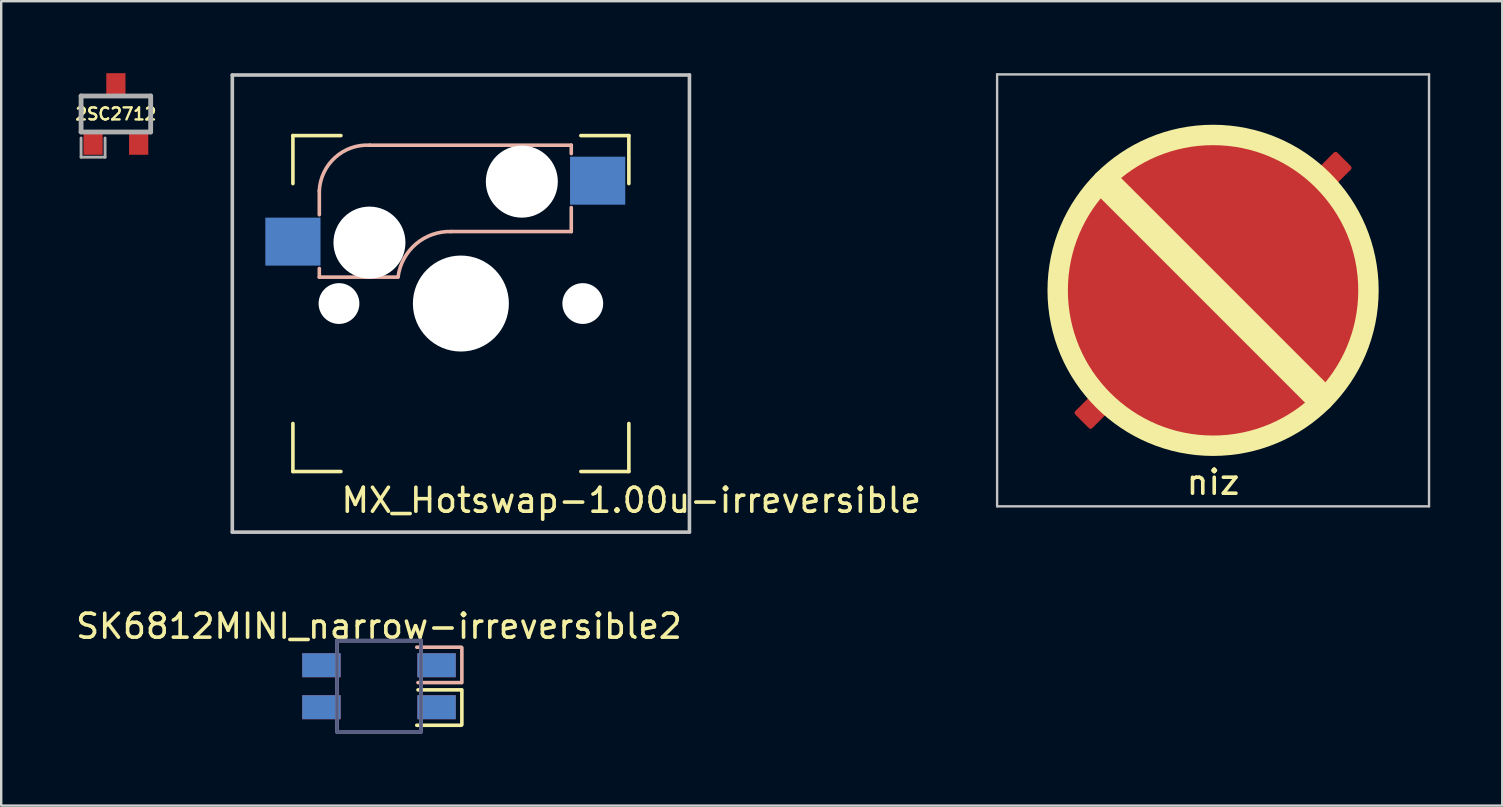
<source format=kicad_pcb>
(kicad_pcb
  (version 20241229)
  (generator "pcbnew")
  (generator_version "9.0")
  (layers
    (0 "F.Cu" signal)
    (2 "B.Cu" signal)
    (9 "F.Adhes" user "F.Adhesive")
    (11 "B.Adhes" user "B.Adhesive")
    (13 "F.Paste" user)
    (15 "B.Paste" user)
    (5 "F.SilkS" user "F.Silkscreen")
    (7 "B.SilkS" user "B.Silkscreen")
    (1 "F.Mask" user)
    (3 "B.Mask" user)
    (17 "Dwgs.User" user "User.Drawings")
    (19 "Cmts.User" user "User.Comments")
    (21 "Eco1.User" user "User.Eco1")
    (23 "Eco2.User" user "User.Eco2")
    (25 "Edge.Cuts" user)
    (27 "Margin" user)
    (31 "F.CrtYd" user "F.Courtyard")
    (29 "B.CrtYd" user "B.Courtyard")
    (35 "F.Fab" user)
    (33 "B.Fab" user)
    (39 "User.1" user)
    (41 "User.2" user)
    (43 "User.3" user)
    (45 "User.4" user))
  (footprint "2SC2712"
    (layer "F.Cu")
    (at 1.779 1.7)
    (property "Reference" "2SC2712" (at 0 0 0) (layer "F.SilkS") (effects (font (size 0.5 0.5) (thickness 0.1))))
    (attr smd)
    (fp_line (start -1.45 -0.75) (end 1.45 -0.75) (stroke (width 0.2) (type solid)) (layer "F.Fab"))
    (fp_line (start -1.45 0.75) (end -1.45 -0.75) (stroke (width 0.2) (type solid)) (layer "F.Fab"))
    (fp_line (start -1.45 1) (end -1.45 1.8) (stroke (width 0.12) (type solid)) (layer "F.Fab"))
    (fp_line (start -1.45 1.8) (end -0.45 1.8) (stroke (width 0.12) (type solid)) (layer "F.Fab"))
    (fp_line (start -0.45 1) (end -0.45 1.8) (stroke (width 0.12) (type solid)) (layer "F.Fab"))
    (fp_line (start 1.45 -0.75) (end 1.45 0.75) (stroke (width 0.2) (type solid)) (layer "F.Fab"))
    (fp_line (start 1.45 0.75) (end -1.45 0.75) (stroke (width 0.2) (type solid)) (layer "F.Fab"))
    (pad "1" smd rect (at -0.95 1.2) (size 0.8 1) (layers "F.Cu" "F.Mask" "F.Paste"))
    (pad "2" smd rect (at 0.95 1.2) (size 0.8 1) (layers "F.Cu" "F.Mask" "F.Paste"))
    (pad "3" smd rect (at 0 -1.2) (size 0.8 1) (layers "F.Cu" "F.Mask" "F.Paste")))
  (footprint "SK6812MINI_narrow-irreversible2"
    (layer "F.Cu")
    (at 12.744 25.548)
    (property "Reference" "SK6812MINI_narrow-irreversible2" (at 0 -2.5 180) (layer "F.SilkS") (effects (font (size 1 1) (thickness 0.15))))
    (attr through_hole)
    (fp_line (start 1.626 0.152) (end 3.43 0.152) (stroke (width 0.15) (type solid)) (layer "F.SilkS"))
    (fp_line (start 3.43 1.626) (end 1.575 1.626) (stroke (width 0.15) (type solid)) (layer "F.SilkS"))
    (fp_line (start 3.454 0.152) (end 3.454 1.602) (stroke (width 0.15) (type solid)) (layer "F.SilkS"))
    (fp_line (start 1.626 -0.152) (end 3.43 -0.152) (stroke (width 0.15) (type solid)) (layer "B.SilkS"))
    (fp_line (start 3.43 -1.626) (end 1.575 -1.626) (stroke (width 0.15) (type solid)) (layer "B.SilkS"))
    (fp_line (start 3.454 -0.152) (end 3.454 -1.602) (stroke (width 0.15) (type solid)) (layer "B.SilkS"))
    (fp_line (start -1.75 1.9) (end -1.75 -1.9) (stroke (width 0.15) (type solid)) (layer "B.Fab"))
    (fp_line (start -1.75 1.9) (end 1.75 1.9) (stroke (width 0.15) (type solid)) (layer "B.Fab"))
    (fp_line (start 1.75 -1.9) (end -1.75 -1.9) (stroke (width 0.15) (type solid)) (layer "B.Fab"))
    (fp_line (start 1.75 1.9) (end 1.75 -1.9) (stroke (width 0.15) (type solid)) (layer "B.Fab"))
    (fp_line (start -1.75 -1.9) (end -1.75 1.9) (stroke (width 0.15) (type solid)) (layer "F.Fab"))
    (fp_line (start -1.75 -1.9) (end 1.75 -1.9) (stroke (width 0.15) (type solid)) (layer "F.Fab"))
    (fp_line (start 1.75 -1.9) (end 1.75 1.9) (stroke (width 0.15) (type solid)) (layer "F.Fab"))
    (fp_line (start 1.75 1.9) (end -1.75 1.9) (stroke (width 0.15) (type solid)) (layer "F.Fab"))
    (pad "1" smd rect (at -2.4 -0.875) (size 1.6 1) (layers "B.Cu" "B.Mask" "B.Paste"))
    (pad "1" smd rect (at -2.4 0.875) (size 1.6 1) (layers "F.Cu" "F.Mask" "F.Paste"))
    (pad "2" smd rect (at -2.4 -0.875) (size 1.6 1) (layers "F.Cu" "F.Mask" "F.Paste"))
    (pad "2" smd rect (at -2.4 0.875) (size 1.6 1) (layers "B.Cu" "B.Mask" "B.Paste"))
    (pad "3" smd rect (at 2.4 -0.875) (size 1.6 1) (layers "F.Cu" "F.Mask" "F.Paste"))
    (pad "3" smd rect (at 2.4 0.875) (size 1.6 1) (layers "B.Cu" "B.Mask" "B.Paste"))
    (pad "4" smd rect (at 2.4 -0.875) (size 1.6 1) (layers "B.Cu" "B.Mask" "B.Paste"))
    (pad "4" smd rect (at 2.4 0.875) (size 1.6 1) (layers "F.Cu" "F.Mask" "F.Paste")))
  (footprint "niz"
    (layer "F.Cu")
    (at 47.504 9.05)
    (property "Reference" "niz" (at 0 8 180) (layer "F.SilkS") (effects (font (size 1 1) (thickness 0.15))))
    (attr smd)
    (fp_line (start -2.121 4.95) (end -4.95 2.121) (stroke (width 1.1) (type solid)) (layer "F.Cu"))
    (fp_line (start -0.354 5.303) (end -5.303 0.354) (stroke (width 1.1) (type solid)) (layer "F.Cu"))
    (fp_line (start 0.707 4.95) (end -5.303 -1.061) (stroke (width 1.1) (type solid)) (layer "F.Cu"))
    (fp_line (start 1.768 4.596) (end -4.596 -1.768) (stroke (width 1.1) (type solid)) (layer "F.Cu"))
    (fp_line (start 2.284 4.08) (end -4.08 -2.284) (stroke (width 1.1) (type solid)) (layer "F.Cu"))
    (fp_line (start 3.359 4.419) (end -4.419 -3.359) (stroke (width 1.2) (type solid)) (layer "F.Cu"))
    (fp_line (start 4.08 2.284) (end -2.284 -4.08) (stroke (width 1.1) (type solid)) (layer "F.Cu"))
    (fp_line (start 4.419 3.359) (end -3.359 -4.419) (stroke (width 1.2) (type solid)) (layer "F.Cu"))
    (fp_line (start 4.596 1.768) (end -1.768 -4.596) (stroke (width 1.1) (type solid)) (layer "F.Cu"))
    (fp_line (start 4.95 -2.121) (end 2.121 -4.95) (stroke (width 1.1) (type solid)) (layer "F.Cu"))
    (fp_line (start 4.95 0.707) (end -1.061 -5.303) (stroke (width 1.1) (type solid)) (layer "F.Cu"))
    (fp_line (start 5.303 -0.354) (end 0.354 -5.303) (stroke (width 1.1) (type solid)) (layer "F.Cu"))
    (fp_arc (start -3.37997 -4.454773) (mid 3.958291 -3.949827) (end 4.447528 3.389497) (stroke (width 1.2) (type solid)) (layer "F.Cu"))
    (fp_arc (start 3.389497 4.447528) (mid -3.949827 3.95829) (end -4.454773 -3.37997) (stroke (width 1.2) (type solid)) (layer "F.Cu"))
    (fp_line (start 4.455 4.455) (end -4.455 -4.455) (stroke (width 1.2) (type solid)) (layer "F.SilkS"))
    (fp_circle (center 0 0) (end 4.579 -4.579) (stroke (width 0.85) (type solid)) (fill no) (layer "F.SilkS"))
    (fp_line (start -9 -9) (end -9 9) (stroke (width 0.1) (type solid)) (layer "Dwgs.User"))
    (fp_line (start -9 9) (end 9 9) (stroke (width 0.1) (type solid)) (layer "Dwgs.User"))
    (fp_line (start 9 -9) (end -9 -9) (stroke (width 0.1) (type solid)) (layer "Dwgs.User"))
    (fp_line (start 9 9) (end 9 -9) (stroke (width 0.1) (type solid)) (layer "Dwgs.User"))
    (pad "" smd rect (at -4.596 4.596 45) (size 0.8 1) (layers "F.Cu"))
    (pad "" smd rect (at 4.596 -4.596 45) (size 0.8 1) (layers "F.Cu"))
    (pad "1" smd roundrect (at 5.105 -5.105 45) (size 1 1) (layers "F.Cu") (roundrect_rratio 0.1))
    (pad "2" smd roundrect (at -5.105 5.105 45) (size 1 1) (layers "F.Cu") (roundrect_rratio 0.1)))
  (footprint "MX_Hotswap-1.00u-irreversible"
    (layer "F.Cu")
    (at 16.157 9.6)
    (property "Reference" "MX_Hotswap-1.00u-irreversible" (at 7.1 8.2 0) (layer "F.SilkS") (effects (font (size 1 1) (thickness 0.15))))
    (attr through_hole)
    (fp_line (start -7 -7) (end -7 -5) (stroke (width 0.15) (type solid)) (layer "F.SilkS"))
    (fp_line (start -7 -7) (end -5 -7) (stroke (width 0.15) (type solid)) (layer "F.SilkS"))
    (fp_line (start -7 7) (end -7 5) (stroke (width 0.15) (type solid)) (layer "F.SilkS"))
    (fp_line (start -7 7) (end -5 7) (stroke (width 0.15) (type solid)) (layer "F.SilkS"))
    (fp_line (start 5 -7) (end 7 -7) (stroke (width 0.15) (type solid)) (layer "F.SilkS"))
    (fp_line (start 7 -7) (end 7 -5) (stroke (width 0.15) (type solid)) (layer "F.SilkS"))
    (fp_line (start 7 5) (end 7 7) (stroke (width 0.15) (type solid)) (layer "F.SilkS"))
    (fp_line (start 7 7) (end 5 7) (stroke (width 0.15) (type solid)) (layer "F.SilkS"))
    (fp_line (start -5.9 -4.7) (end -5.9 -3.7) (stroke (width 0.15) (type solid)) (layer "B.SilkS"))
    (fp_line (start -5.9 -1.1) (end -5.9 -1.46) (stroke (width 0.15) (type solid)) (layer "B.SilkS"))
    (fp_line (start -5.9 -1.1) (end -2.62 -1.1) (stroke (width 0.15) (type solid)) (layer "B.SilkS"))
    (fp_line (start -0.4 -3) (end 4.6 -3) (stroke (width 0.15) (type solid)) (layer "B.SilkS"))
    (fp_line (start 4.6 -6.6) (end -3.8 -6.6) (stroke (width 0.15) (type solid)) (layer "B.SilkS"))
    (fp_line (start 4.6 -6.25) (end 4.6 -6.6) (stroke (width 0.15) (type solid)) (layer "B.SilkS"))
    (fp_line (start 4.6 -3) (end 4.6 -4) (stroke (width 0.15) (type solid)) (layer "B.SilkS"))
    (fp_arc (start -5.9 -4.699999) (mid -5.243504 -6.084924) (end -3.800001 -6.6) (stroke (width 0.15) (type solid)) (layer "B.SilkS"))
    (fp_arc (start -2.616318 -1.121471) (mid -1.868709 -2.486118) (end -0.4 -3) (stroke (width 0.15) (type solid)) (layer "B.SilkS"))
    (fp_line (start -9.525 -9.525) (end 9.525 -9.525) (stroke (width 0.15) (type solid)) (layer "Dwgs.User"))
    (fp_line (start -9.525 9.525) (end -9.525 -9.525) (stroke (width 0.15) (type solid)) (layer "Dwgs.User"))
    (fp_line (start 9.525 -9.525) (end 9.525 9.525) (stroke (width 0.15) (type solid)) (layer "Dwgs.User"))
    (fp_line (start 9.525 9.525) (end -9.525 9.525) (stroke (width 0.15) (type solid)) (layer "Dwgs.User"))
    (pad "" np_thru_hole circle (at -5.08 0) (size 1.7 1.7) (drill 1.7) (layers "*.Cu" "*.Mask"))
    (pad "" np_thru_hole circle (at -3.81 -2.54 180) (size 3 3) (drill 3) (layers "*.Cu" "*.Mask"))
    (pad "" np_thru_hole circle (at 0 0 90) (size 4 4) (drill 4) (layers "*.Cu" "*.Mask"))
    (pad "" np_thru_hole circle (at 2.54 -5.08 180) (size 3 3) (drill 3) (layers "*.Cu" "*.Mask"))
    (pad "" np_thru_hole circle (at 5.08 0) (size 1.7 1.7) (drill 1.7) (layers "*.Cu" "*.Mask"))
    (pad "1" smd rect (at -7 -2.58 180) (size 2.3 2) (layers "B.Cu" "B.Mask" "B.Paste"))
    (pad "2" smd rect (at 5.7 -5.12 180) (size 2.3 2) (layers "B.Cu" "B.Mask" "B.Paste")))
  (gr_rect
    (start -3 -3)
    (end 59.554 30.523)
    (stroke (width 0.1) (type default))
    (fill no)
    (layer "Edge.Cuts")))
</source>
